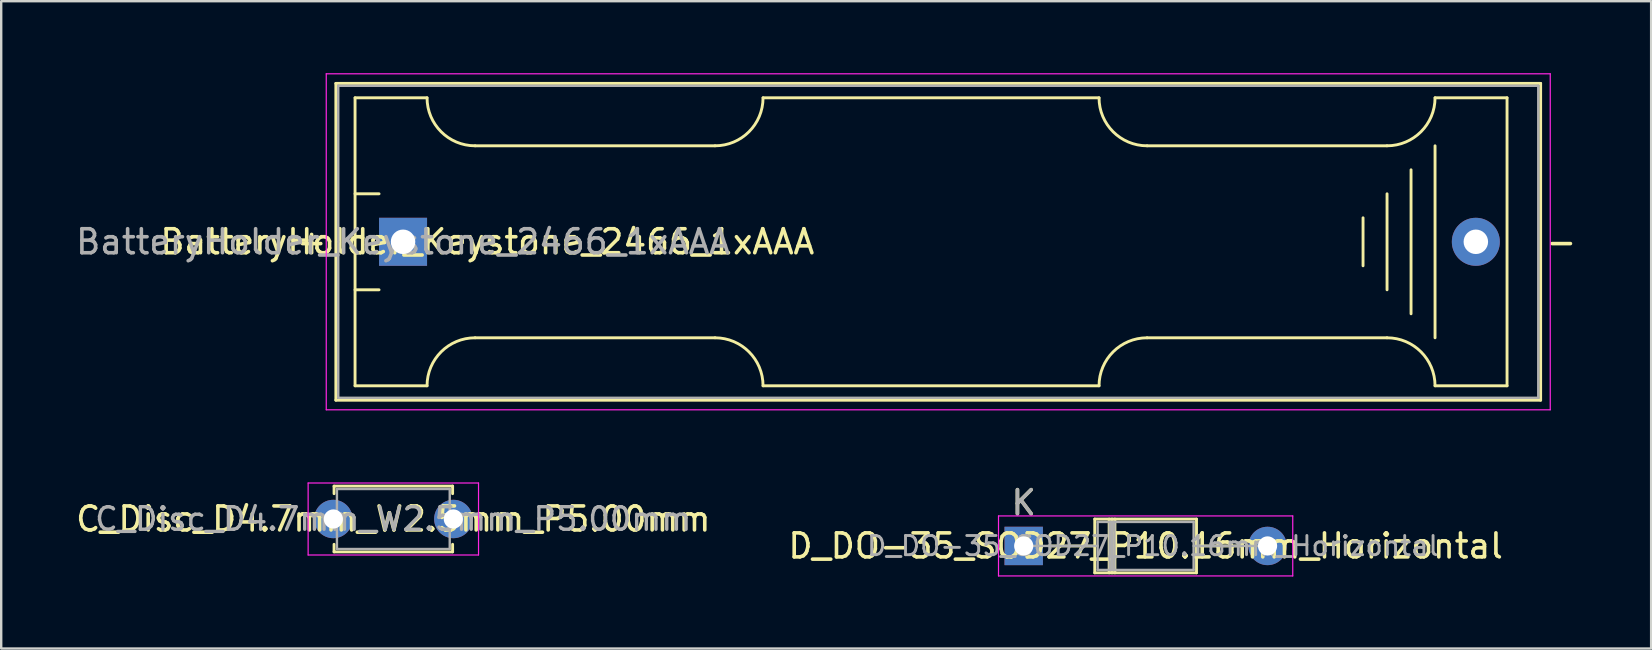
<source format=kicad_pcb>
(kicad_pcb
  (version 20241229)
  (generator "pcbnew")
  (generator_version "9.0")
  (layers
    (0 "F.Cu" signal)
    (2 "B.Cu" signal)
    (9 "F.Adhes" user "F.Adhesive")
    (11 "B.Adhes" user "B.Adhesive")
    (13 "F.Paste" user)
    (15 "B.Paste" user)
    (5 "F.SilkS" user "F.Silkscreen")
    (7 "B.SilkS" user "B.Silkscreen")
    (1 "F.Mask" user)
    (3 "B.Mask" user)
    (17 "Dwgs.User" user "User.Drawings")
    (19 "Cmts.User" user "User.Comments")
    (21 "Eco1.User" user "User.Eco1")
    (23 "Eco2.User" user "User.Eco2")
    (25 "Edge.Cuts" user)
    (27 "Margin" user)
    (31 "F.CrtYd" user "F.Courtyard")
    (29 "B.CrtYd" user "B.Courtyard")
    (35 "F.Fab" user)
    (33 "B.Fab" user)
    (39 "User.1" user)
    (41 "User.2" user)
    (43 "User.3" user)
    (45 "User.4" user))
  (footprint "C_Disc_D4.7mm_W2.5mm_P5.00mm"
    (layer "F.Cu")
    (at 10.839 18.575)
    (property "Reference" "C_Disc_D4.7mm_W2.5mm_P5.00mm" (at 2.5 0 180) (layer "F.SilkS") (effects (font (size 1 1) (thickness 0.15))))
    (attr through_hole)
    (fp_line (start 0.03 -1.37) (end 0.03 -1.055) (stroke (width 0.12) (type solid)) (layer "F.SilkS"))
    (fp_line (start 0.03 -1.37) (end 4.97 -1.37) (stroke (width 0.12) (type solid)) (layer "F.SilkS"))
    (fp_line (start 0.03 1.055) (end 0.03 1.37) (stroke (width 0.12) (type solid)) (layer "F.SilkS"))
    (fp_line (start 0.03 1.37) (end 4.97 1.37) (stroke (width 0.12) (type solid)) (layer "F.SilkS"))
    (fp_line (start 4.97 -1.37) (end 4.97 -1.055) (stroke (width 0.12) (type solid)) (layer "F.SilkS"))
    (fp_line (start 4.97 1.055) (end 4.97 1.37) (stroke (width 0.12) (type solid)) (layer "F.SilkS"))
    (fp_line (start -1.05 -1.5) (end -1.05 1.5) (stroke (width 0.05) (type solid)) (layer "F.CrtYd"))
    (fp_line (start -1.05 1.5) (end 6.05 1.5) (stroke (width 0.05) (type solid)) (layer "F.CrtYd"))
    (fp_line (start 6.05 -1.5) (end -1.05 -1.5) (stroke (width 0.05) (type solid)) (layer "F.CrtYd"))
    (fp_line (start 6.05 1.5) (end 6.05 -1.5) (stroke (width 0.05) (type solid)) (layer "F.CrtYd"))
    (fp_line (start 0.15 -1.25) (end 0.15 1.25) (stroke (width 0.1) (type solid)) (layer "F.Fab"))
    (fp_line (start 0.15 1.25) (end 4.85 1.25) (stroke (width 0.1) (type solid)) (layer "F.Fab"))
    (fp_line (start 4.85 -1.25) (end 0.15 -1.25) (stroke (width 0.1) (type solid)) (layer "F.Fab"))
    (fp_line (start 4.85 1.25) (end 4.85 -1.25) (stroke (width 0.1) (type solid)) (layer "F.Fab"))
    (fp_text user "${REFERENCE}" (at 2.5 0 180) (layer "F.Fab") (effects (font (size 0.94 0.94) (thickness 0.141))))
    (pad "1" thru_hole circle (at 0 0) (size 1.6 1.6) (drill 0.8) (layers "*.Cu" "*.Mask"))
    (pad "2" thru_hole circle (at 5 0) (size 1.6 1.6) (drill 0.8) (layers "*.Cu" "*.Mask")))
  (footprint "D_DO-35_SOD27_P10.16mm_Horizontal"
    (layer "F.Cu")
    (at 39.605 19.698)
    (property "Reference" "D_DO-35_SOD27_P10.16mm_Horizontal" (at 5.08 0 180) (layer "F.SilkS") (effects (font (size 1 1) (thickness 0.15))))
    (attr through_hole)
    (fp_line (start 1.04 0) (end 2.96 0) (stroke (width 0.12) (type solid)) (layer "F.SilkS"))
    (fp_line (start 2.96 -1.12) (end 2.96 1.12) (stroke (width 0.12) (type solid)) (layer "F.SilkS"))
    (fp_line (start 2.96 1.12) (end 7.2 1.12) (stroke (width 0.12) (type solid)) (layer "F.SilkS"))
    (fp_line (start 3.56 -1.12) (end 3.56 1.12) (stroke (width 0.12) (type solid)) (layer "F.SilkS"))
    (fp_line (start 3.68 -1.12) (end 3.68 1.12) (stroke (width 0.12) (type solid)) (layer "F.SilkS"))
    (fp_line (start 3.8 -1.12) (end 3.8 1.12) (stroke (width 0.12) (type solid)) (layer "F.SilkS"))
    (fp_line (start 7.2 -1.12) (end 2.96 -1.12) (stroke (width 0.12) (type solid)) (layer "F.SilkS"))
    (fp_line (start 7.2 1.12) (end 7.2 -1.12) (stroke (width 0.12) (type solid)) (layer "F.SilkS"))
    (fp_line (start 9.12 0) (end 7.2 0) (stroke (width 0.12) (type solid)) (layer "F.SilkS"))
    (fp_line (start -1.05 -1.25) (end -1.05 1.25) (stroke (width 0.05) (type solid)) (layer "F.CrtYd"))
    (fp_line (start -1.05 1.25) (end 11.21 1.25) (stroke (width 0.05) (type solid)) (layer "F.CrtYd"))
    (fp_line (start 11.21 -1.25) (end -1.05 -1.25) (stroke (width 0.05) (type solid)) (layer "F.CrtYd"))
    (fp_line (start 11.21 1.25) (end 11.21 -1.25) (stroke (width 0.05) (type solid)) (layer "F.CrtYd"))
    (fp_line (start 0 0) (end 3.08 0) (stroke (width 0.1) (type solid)) (layer "F.Fab"))
    (fp_line (start 3.08 -1) (end 3.08 1) (stroke (width 0.1) (type solid)) (layer "F.Fab"))
    (fp_line (start 3.08 1) (end 7.08 1) (stroke (width 0.1) (type solid)) (layer "F.Fab"))
    (fp_line (start 3.58 -1) (end 3.58 1) (stroke (width 0.1) (type solid)) (layer "F.Fab"))
    (fp_line (start 3.68 -1) (end 3.68 1) (stroke (width 0.1) (type solid)) (layer "F.Fab"))
    (fp_line (start 3.78 -1) (end 3.78 1) (stroke (width 0.1) (type solid)) (layer "F.Fab"))
    (fp_line (start 7.08 -1) (end 3.08 -1) (stroke (width 0.1) (type solid)) (layer "F.Fab"))
    (fp_line (start 7.08 1) (end 7.08 -1) (stroke (width 0.1) (type solid)) (layer "F.Fab"))
    (fp_line (start 10.16 0) (end 7.08 0) (stroke (width 0.1) (type solid)) (layer "F.Fab"))
    (fp_text user "K" (at 0 -1.8 180) (layer "F.SilkS") (effects (font (size 1 1) (thickness 0.15))))
    (fp_text user "${REFERENCE}" (at 5.38 0 180) (layer "F.Fab") (effects (font (size 0.8 0.8) (thickness 0.12))))
    (fp_text user "K" (at 0 -1.8 180) (layer "F.Fab") (effects (font (size 1 1) (thickness 0.15))))
    (pad "1" thru_hole rect (at 0 0) (size 1.6 1.6) (drill 0.8) (layers "*.Cu" "*.Mask"))
    (pad "2" thru_hole oval (at 10.16 0) (size 1.6 1.6) (drill 0.8) (layers "*.Cu" "*.Mask")))
  (footprint "BatteryHolder_Keystone_2466_1xAAA"
    (layer "F.Cu")
    (at 13.744 7.025)
    (property "Reference" "BatteryHolder_Keystone_2466_1xAAA" (at 3.51 0 0) (layer "F.SilkS") (effects (font (size 1 1) (thickness 0.15))))
    (attr through_hole)
    (fp_line (start -2.8 -6.6) (end -2.8 6.6) (stroke (width 0.12) (type solid)) (layer "F.SilkS"))
    (fp_line (start -2.8 6.6) (end 47.4 6.6) (stroke (width 0.12) (type solid)) (layer "F.SilkS"))
    (fp_line (start -2 -6) (end -2 6) (stroke (width 0.12) (type solid)) (layer "F.SilkS"))
    (fp_line (start -2 -6) (end 1 -6) (stroke (width 0.12) (type solid)) (layer "F.SilkS"))
    (fp_line (start -2 -2) (end -1 -2) (stroke (width 0.12) (type solid)) (layer "F.SilkS"))
    (fp_line (start -2 6) (end 1 6) (stroke (width 0.12) (type solid)) (layer "F.SilkS"))
    (fp_line (start -1 2) (end -2 2) (stroke (width 0.12) (type solid)) (layer "F.SilkS"))
    (fp_line (start 3 -4) (end 13 -4) (stroke (width 0.12) (type solid)) (layer "F.SilkS"))
    (fp_line (start 3 4) (end 13 4) (stroke (width 0.12) (type solid)) (layer "F.SilkS"))
    (fp_line (start 15 6) (end 29 6) (stroke (width 0.12) (type solid)) (layer "F.SilkS"))
    (fp_line (start 29 -6) (end 15 -6) (stroke (width 0.12) (type solid)) (layer "F.SilkS"))
    (fp_line (start 40 -1) (end 40 1) (stroke (width 0.12) (type solid)) (layer "F.SilkS"))
    (fp_line (start 41 -4) (end 31 -4) (stroke (width 0.12) (type solid)) (layer "F.SilkS"))
    (fp_line (start 41 -2) (end 41 2) (stroke (width 0.12) (type solid)) (layer "F.SilkS"))
    (fp_line (start 41 4) (end 31 4) (stroke (width 0.12) (type solid)) (layer "F.SilkS"))
    (fp_line (start 42 3) (end 42 -3) (stroke (width 0.12) (type solid)) (layer "F.SilkS"))
    (fp_line (start 43 -4) (end 43 4) (stroke (width 0.12) (type solid)) (layer "F.SilkS"))
    (fp_line (start 46 -6) (end 43 -6) (stroke (width 0.12) (type solid)) (layer "F.SilkS"))
    (fp_line (start 46 -6) (end 46 6) (stroke (width 0.12) (type solid)) (layer "F.SilkS"))
    (fp_line (start 46 6) (end 43 6) (stroke (width 0.12) (type solid)) (layer "F.SilkS"))
    (fp_line (start 47.4 -6.6) (end -2.8 -6.6) (stroke (width 0.12) (type solid)) (layer "F.SilkS"))
    (fp_line (start 47.4 6.6) (end 47.4 -6.6) (stroke (width 0.12) (type solid)) (layer "F.SilkS"))
    (fp_arc (start 1 6) (mid 1.585786 4.585786) (end 3 4) (stroke (width 0.12) (type solid)) (layer "F.SilkS"))
    (fp_arc (start 3 -4) (mid 1.585786 -4.585786) (end 1 -6) (stroke (width 0.12) (type solid)) (layer "F.SilkS"))
    (fp_arc (start 13 4) (mid 14.414214 4.585786) (end 15 6) (stroke (width 0.12) (type solid)) (layer "F.SilkS"))
    (fp_arc (start 15 -6) (mid 14.414214 -4.585786) (end 13 -4) (stroke (width 0.12) (type solid)) (layer "F.SilkS"))
    (fp_arc (start 29 6) (mid 29.585786 4.585786) (end 31 4) (stroke (width 0.12) (type solid)) (layer "F.SilkS"))
    (fp_arc (start 31 -4) (mid 29.585786 -4.585786) (end 29 -6) (stroke (width 0.12) (type solid)) (layer "F.SilkS"))
    (fp_arc (start 41 4) (mid 42.414214 4.585786) (end 43 6) (stroke (width 0.12) (type solid)) (layer "F.SilkS"))
    (fp_arc (start 43 -6) (mid 42.414214 -4.585786) (end 41 -4) (stroke (width 0.12) (type solid)) (layer "F.SilkS"))
    (fp_line (start -3.2 -7) (end -3.2 7) (stroke (width 0.05) (type solid)) (layer "F.CrtYd"))
    (fp_line (start -3.2 7) (end 47.8 7) (stroke (width 0.05) (type solid)) (layer "F.CrtYd"))
    (fp_line (start 47.8 -7) (end -3.2 -7) (stroke (width 0.05) (type solid)) (layer "F.CrtYd"))
    (fp_line (start 47.8 7) (end 47.8 -7) (stroke (width 0.05) (type solid)) (layer "F.CrtYd"))
    (fp_line (start -2.7 -6.5) (end 47.3 -6.5) (stroke (width 0.1) (type solid)) (layer "F.Fab"))
    (fp_line (start -2.7 0) (end -2.7 -6.5) (stroke (width 0.1) (type solid)) (layer "F.Fab"))
    (fp_line (start -2.7 6.5) (end -2.7 0) (stroke (width 0.1) (type solid)) (layer "F.Fab"))
    (fp_line (start 47.3 -6.5) (end 47.3 6.5) (stroke (width 0.1) (type solid)) (layer "F.Fab"))
    (fp_line (start 47.3 6.5) (end -2.7 6.5) (stroke (width 0.1) (type solid)) (layer "F.Fab"))
    (fp_text user "+" (at -3.81 0 180) (layer "F.SilkS") (effects (font (size 1 1) (thickness 0.15))))
    (fp_text user "-" (at 48.26 0 180) (layer "F.SilkS") (effects (font (size 1 1) (thickness 0.15))))
    (fp_text user "${REFERENCE}" (at 0 0 180) (layer "F.Fab") (effects (font (size 1 1) (thickness 0.15))))
    (pad "1" thru_hole rect (at 0 0) (size 2 2) (drill 1.02) (layers "*.Cu" "*.Mask"))
    (pad "2" thru_hole circle (at 44.7 0) (size 2 2) (drill 1.02) (layers "*.Cu" "*.Mask")))
  (gr_rect
    (start -3 -3)
    (end 65.748 23.973)
    (stroke (width 0.1) (type default))
    (fill no)
    (layer "Edge.Cuts")))
</source>
